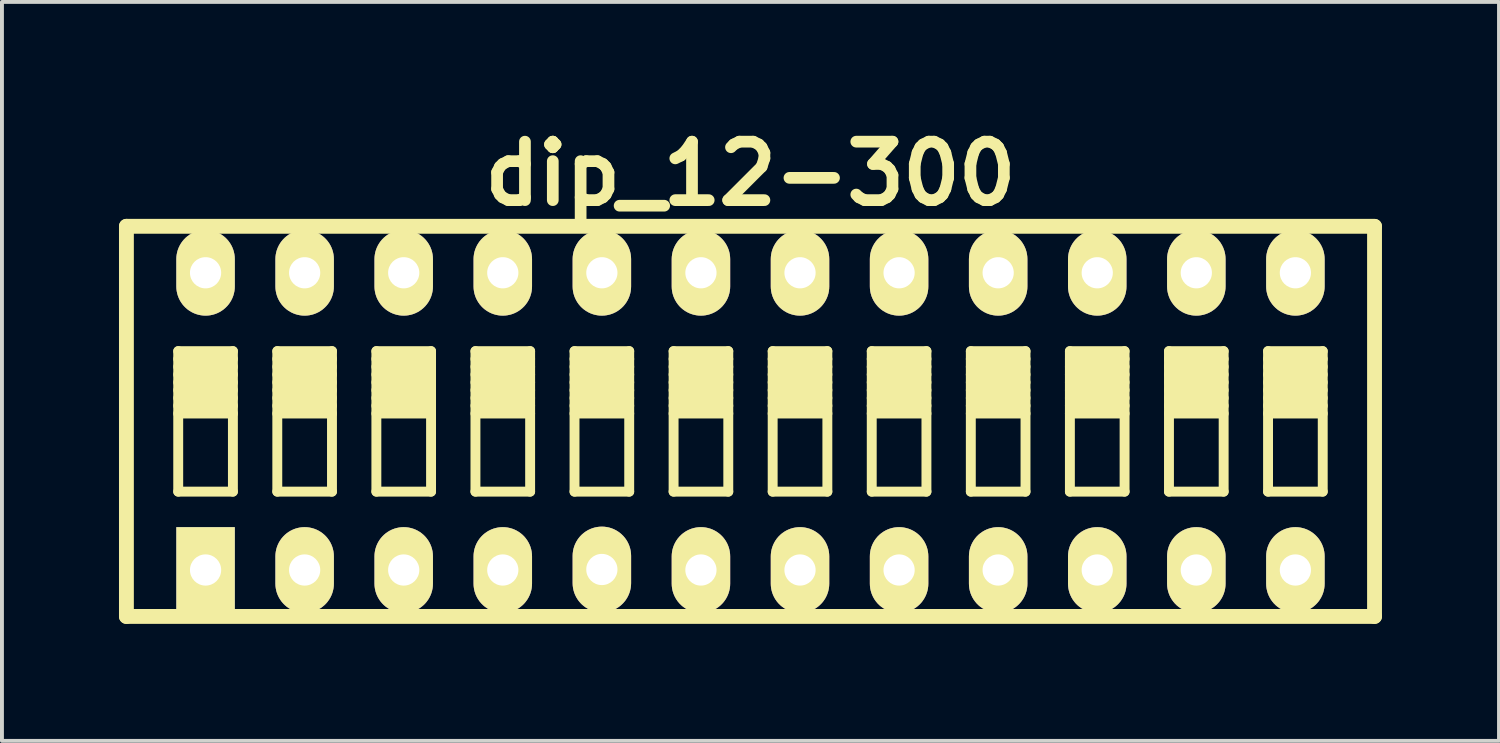
<source format=kicad_pcb>
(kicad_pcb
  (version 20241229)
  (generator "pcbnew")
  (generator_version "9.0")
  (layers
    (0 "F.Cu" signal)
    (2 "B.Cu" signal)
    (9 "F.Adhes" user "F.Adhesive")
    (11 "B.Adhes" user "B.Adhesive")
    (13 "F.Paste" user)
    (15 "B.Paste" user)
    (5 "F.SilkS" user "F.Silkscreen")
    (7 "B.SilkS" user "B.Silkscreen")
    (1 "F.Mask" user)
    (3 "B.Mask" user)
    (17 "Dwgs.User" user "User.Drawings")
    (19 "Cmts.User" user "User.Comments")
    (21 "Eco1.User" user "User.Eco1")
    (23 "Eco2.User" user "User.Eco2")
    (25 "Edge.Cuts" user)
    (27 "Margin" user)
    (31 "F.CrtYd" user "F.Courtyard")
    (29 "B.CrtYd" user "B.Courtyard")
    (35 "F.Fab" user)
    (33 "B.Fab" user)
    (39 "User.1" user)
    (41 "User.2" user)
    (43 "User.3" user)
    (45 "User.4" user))
  (footprint "dip_12-300"
    (layer "F.Cu")
    (at 16.19 7.753)
    (property "Reference" "dip_12-300" (at 0 -6.35 0) (layer "F.SilkS") (effects (font (size 1.499 1.499) (thickness 0.3))))
    (attr through_hole)
    (fp_line (start -15.999 -5.001) (end 15.999 -5.001) (stroke (width 0.381) (type solid)) (layer "F.SilkS"))
    (fp_line (start -15.999 5.001) (end -15.999 -5.001) (stroke (width 0.381) (type solid)) (layer "F.SilkS"))
    (fp_line (start -14.671 -1.801) (end -14.671 1.801) (stroke (width 0.254) (type solid)) (layer "F.SilkS"))
    (fp_line (start -14.671 -1.6) (end -13.269 -1.6) (stroke (width 0.254) (type solid)) (layer "F.SilkS"))
    (fp_line (start -14.671 -1.4) (end -13.269 -1.4) (stroke (width 0.254) (type solid)) (layer "F.SilkS"))
    (fp_line (start -14.671 -1.201) (end -13.269 -1.201) (stroke (width 0.254) (type solid)) (layer "F.SilkS"))
    (fp_line (start -14.671 -1.001) (end -13.269 -1.001) (stroke (width 0.254) (type solid)) (layer "F.SilkS"))
    (fp_line (start -14.671 -0.8) (end -13.269 -0.8) (stroke (width 0.254) (type solid)) (layer "F.SilkS"))
    (fp_line (start -14.671 -0.599) (end -13.269 -0.599) (stroke (width 0.254) (type solid)) (layer "F.SilkS"))
    (fp_line (start -14.671 -0.401) (end -13.269 -0.401) (stroke (width 0.254) (type solid)) (layer "F.SilkS"))
    (fp_line (start -14.671 -0.201) (end -13.269 -0.201) (stroke (width 0.254) (type solid)) (layer "F.SilkS"))
    (fp_line (start -14.671 1.801) (end -13.269 1.801) (stroke (width 0.254) (type solid)) (layer "F.SilkS"))
    (fp_line (start -13.269 -1.801) (end -14.671 -1.801) (stroke (width 0.254) (type solid)) (layer "F.SilkS"))
    (fp_line (start -13.269 1.801) (end -13.269 -1.801) (stroke (width 0.254) (type solid)) (layer "F.SilkS"))
    (fp_line (start -12.131 -1.801) (end -12.131 1.801) (stroke (width 0.254) (type solid)) (layer "F.SilkS"))
    (fp_line (start -12.131 -1.6) (end -10.729 -1.6) (stroke (width 0.254) (type solid)) (layer "F.SilkS"))
    (fp_line (start -12.131 -1.4) (end -10.729 -1.4) (stroke (width 0.254) (type solid)) (layer "F.SilkS"))
    (fp_line (start -12.131 -1.201) (end -10.729 -1.201) (stroke (width 0.254) (type solid)) (layer "F.SilkS"))
    (fp_line (start -12.131 -1.001) (end -10.729 -1.001) (stroke (width 0.254) (type solid)) (layer "F.SilkS"))
    (fp_line (start -12.131 -0.8) (end -10.729 -0.8) (stroke (width 0.254) (type solid)) (layer "F.SilkS"))
    (fp_line (start -12.131 -0.599) (end -10.729 -0.599) (stroke (width 0.254) (type solid)) (layer "F.SilkS"))
    (fp_line (start -12.131 -0.401) (end -10.729 -0.401) (stroke (width 0.254) (type solid)) (layer "F.SilkS"))
    (fp_line (start -12.131 -0.201) (end -10.729 -0.201) (stroke (width 0.254) (type solid)) (layer "F.SilkS"))
    (fp_line (start -12.131 1.801) (end -10.729 1.801) (stroke (width 0.254) (type solid)) (layer "F.SilkS"))
    (fp_line (start -10.729 -1.801) (end -12.131 -1.801) (stroke (width 0.254) (type solid)) (layer "F.SilkS"))
    (fp_line (start -10.729 1.801) (end -10.729 -1.801) (stroke (width 0.254) (type solid)) (layer "F.SilkS"))
    (fp_line (start -9.591 -1.801) (end -9.591 1.801) (stroke (width 0.254) (type solid)) (layer "F.SilkS"))
    (fp_line (start -9.591 -1.6) (end -8.189 -1.6) (stroke (width 0.254) (type solid)) (layer "F.SilkS"))
    (fp_line (start -9.591 -1.4) (end -8.189 -1.4) (stroke (width 0.254) (type solid)) (layer "F.SilkS"))
    (fp_line (start -9.591 -1.201) (end -8.189 -1.201) (stroke (width 0.254) (type solid)) (layer "F.SilkS"))
    (fp_line (start -9.591 -1.001) (end -8.189 -1.001) (stroke (width 0.254) (type solid)) (layer "F.SilkS"))
    (fp_line (start -9.591 -0.8) (end -8.189 -0.8) (stroke (width 0.254) (type solid)) (layer "F.SilkS"))
    (fp_line (start -9.591 -0.599) (end -8.189 -0.599) (stroke (width 0.254) (type solid)) (layer "F.SilkS"))
    (fp_line (start -9.591 -0.401) (end -8.189 -0.401) (stroke (width 0.254) (type solid)) (layer "F.SilkS"))
    (fp_line (start -9.591 -0.201) (end -8.189 -0.201) (stroke (width 0.254) (type solid)) (layer "F.SilkS"))
    (fp_line (start -9.591 1.801) (end -8.189 1.801) (stroke (width 0.254) (type solid)) (layer "F.SilkS"))
    (fp_line (start -8.189 -1.801) (end -9.591 -1.801) (stroke (width 0.254) (type solid)) (layer "F.SilkS"))
    (fp_line (start -8.189 1.801) (end -8.189 -1.801) (stroke (width 0.254) (type solid)) (layer "F.SilkS"))
    (fp_line (start -7.051 -1.801) (end -7.051 1.801) (stroke (width 0.254) (type solid)) (layer "F.SilkS"))
    (fp_line (start -7.051 -1.6) (end -5.649 -1.6) (stroke (width 0.254) (type solid)) (layer "F.SilkS"))
    (fp_line (start -7.051 -1.4) (end -5.649 -1.4) (stroke (width 0.254) (type solid)) (layer "F.SilkS"))
    (fp_line (start -7.051 -1.201) (end -5.649 -1.201) (stroke (width 0.254) (type solid)) (layer "F.SilkS"))
    (fp_line (start -7.051 -1.001) (end -5.649 -1.001) (stroke (width 0.254) (type solid)) (layer "F.SilkS"))
    (fp_line (start -7.051 -0.8) (end -5.649 -0.8) (stroke (width 0.254) (type solid)) (layer "F.SilkS"))
    (fp_line (start -7.051 -0.599) (end -5.649 -0.599) (stroke (width 0.254) (type solid)) (layer "F.SilkS"))
    (fp_line (start -7.051 -0.401) (end -5.649 -0.401) (stroke (width 0.254) (type solid)) (layer "F.SilkS"))
    (fp_line (start -7.051 -0.201) (end -5.649 -0.201) (stroke (width 0.254) (type solid)) (layer "F.SilkS"))
    (fp_line (start -7.051 1.801) (end -5.649 1.801) (stroke (width 0.254) (type solid)) (layer "F.SilkS"))
    (fp_line (start -5.649 -1.801) (end -7.051 -1.801) (stroke (width 0.254) (type solid)) (layer "F.SilkS"))
    (fp_line (start -5.649 1.801) (end -5.649 -1.801) (stroke (width 0.254) (type solid)) (layer "F.SilkS"))
    (fp_line (start -4.511 -1.801) (end -4.511 1.801) (stroke (width 0.254) (type solid)) (layer "F.SilkS"))
    (fp_line (start -4.511 -1.6) (end -3.109 -1.6) (stroke (width 0.254) (type solid)) (layer "F.SilkS"))
    (fp_line (start -4.511 -1.4) (end -3.109 -1.4) (stroke (width 0.254) (type solid)) (layer "F.SilkS"))
    (fp_line (start -4.511 -1.201) (end -3.109 -1.201) (stroke (width 0.254) (type solid)) (layer "F.SilkS"))
    (fp_line (start -4.511 -1.001) (end -3.109 -1.001) (stroke (width 0.254) (type solid)) (layer "F.SilkS"))
    (fp_line (start -4.511 -0.8) (end -3.109 -0.8) (stroke (width 0.254) (type solid)) (layer "F.SilkS"))
    (fp_line (start -4.511 -0.599) (end -3.109 -0.599) (stroke (width 0.254) (type solid)) (layer "F.SilkS"))
    (fp_line (start -4.511 -0.401) (end -3.109 -0.401) (stroke (width 0.254) (type solid)) (layer "F.SilkS"))
    (fp_line (start -4.511 -0.201) (end -3.109 -0.201) (stroke (width 0.254) (type solid)) (layer "F.SilkS"))
    (fp_line (start -4.511 1.801) (end -3.109 1.801) (stroke (width 0.254) (type solid)) (layer "F.SilkS"))
    (fp_line (start -3.109 -1.801) (end -4.511 -1.801) (stroke (width 0.254) (type solid)) (layer "F.SilkS"))
    (fp_line (start -3.109 1.801) (end -3.109 -1.801) (stroke (width 0.254) (type solid)) (layer "F.SilkS"))
    (fp_line (start -1.971 -1.801) (end -1.971 1.801) (stroke (width 0.254) (type solid)) (layer "F.SilkS"))
    (fp_line (start -1.971 -1.6) (end -0.569 -1.6) (stroke (width 0.254) (type solid)) (layer "F.SilkS"))
    (fp_line (start -1.971 -1.4) (end -0.569 -1.4) (stroke (width 0.254) (type solid)) (layer "F.SilkS"))
    (fp_line (start -1.971 -1.201) (end -0.569 -1.201) (stroke (width 0.254) (type solid)) (layer "F.SilkS"))
    (fp_line (start -1.971 -1.001) (end -0.569 -1.001) (stroke (width 0.254) (type solid)) (layer "F.SilkS"))
    (fp_line (start -1.971 -0.8) (end -0.569 -0.8) (stroke (width 0.254) (type solid)) (layer "F.SilkS"))
    (fp_line (start -1.971 -0.599) (end -0.569 -0.599) (stroke (width 0.254) (type solid)) (layer "F.SilkS"))
    (fp_line (start -1.971 -0.401) (end -0.569 -0.401) (stroke (width 0.254) (type solid)) (layer "F.SilkS"))
    (fp_line (start -1.971 -0.201) (end -0.569 -0.201) (stroke (width 0.254) (type solid)) (layer "F.SilkS"))
    (fp_line (start -1.971 1.801) (end -0.569 1.801) (stroke (width 0.254) (type solid)) (layer "F.SilkS"))
    (fp_line (start -0.569 -1.801) (end -1.971 -1.801) (stroke (width 0.254) (type solid)) (layer "F.SilkS"))
    (fp_line (start -0.569 1.801) (end -0.569 -1.801) (stroke (width 0.254) (type solid)) (layer "F.SilkS"))
    (fp_line (start 0.569 -1.801) (end 0.569 1.801) (stroke (width 0.254) (type solid)) (layer "F.SilkS"))
    (fp_line (start 0.569 -1.6) (end 1.971 -1.6) (stroke (width 0.254) (type solid)) (layer "F.SilkS"))
    (fp_line (start 0.569 -1.4) (end 1.971 -1.4) (stroke (width 0.254) (type solid)) (layer "F.SilkS"))
    (fp_line (start 0.569 -1.201) (end 1.971 -1.201) (stroke (width 0.254) (type solid)) (layer "F.SilkS"))
    (fp_line (start 0.569 -1.001) (end 1.971 -1.001) (stroke (width 0.254) (type solid)) (layer "F.SilkS"))
    (fp_line (start 0.569 -0.8) (end 1.971 -0.8) (stroke (width 0.254) (type solid)) (layer "F.SilkS"))
    (fp_line (start 0.569 -0.599) (end 1.971 -0.599) (stroke (width 0.254) (type solid)) (layer "F.SilkS"))
    (fp_line (start 0.569 -0.401) (end 1.971 -0.401) (stroke (width 0.254) (type solid)) (layer "F.SilkS"))
    (fp_line (start 0.569 -0.201) (end 1.971 -0.201) (stroke (width 0.254) (type solid)) (layer "F.SilkS"))
    (fp_line (start 0.569 1.801) (end 1.971 1.801) (stroke (width 0.254) (type solid)) (layer "F.SilkS"))
    (fp_line (start 1.971 -1.801) (end 0.569 -1.801) (stroke (width 0.254) (type solid)) (layer "F.SilkS"))
    (fp_line (start 1.971 1.801) (end 1.971 -1.801) (stroke (width 0.254) (type solid)) (layer "F.SilkS"))
    (fp_line (start 3.109 -1.801) (end 3.109 1.801) (stroke (width 0.254) (type solid)) (layer "F.SilkS"))
    (fp_line (start 3.109 -1.6) (end 4.511 -1.6) (stroke (width 0.254) (type solid)) (layer "F.SilkS"))
    (fp_line (start 3.109 -1.4) (end 4.511 -1.4) (stroke (width 0.254) (type solid)) (layer "F.SilkS"))
    (fp_line (start 3.109 -1.201) (end 4.511 -1.201) (stroke (width 0.254) (type solid)) (layer "F.SilkS"))
    (fp_line (start 3.109 -1.001) (end 4.511 -1.001) (stroke (width 0.254) (type solid)) (layer "F.SilkS"))
    (fp_line (start 3.109 -0.8) (end 4.511 -0.8) (stroke (width 0.254) (type solid)) (layer "F.SilkS"))
    (fp_line (start 3.109 -0.599) (end 4.511 -0.599) (stroke (width 0.254) (type solid)) (layer "F.SilkS"))
    (fp_line (start 3.109 -0.401) (end 4.511 -0.401) (stroke (width 0.254) (type solid)) (layer "F.SilkS"))
    (fp_line (start 3.109 -0.201) (end 4.511 -0.201) (stroke (width 0.254) (type solid)) (layer "F.SilkS"))
    (fp_line (start 3.109 1.801) (end 4.511 1.801) (stroke (width 0.254) (type solid)) (layer "F.SilkS"))
    (fp_line (start 4.511 -1.801) (end 3.109 -1.801) (stroke (width 0.254) (type solid)) (layer "F.SilkS"))
    (fp_line (start 4.511 1.801) (end 4.511 -1.801) (stroke (width 0.254) (type solid)) (layer "F.SilkS"))
    (fp_line (start 5.649 -1.801) (end 5.649 1.801) (stroke (width 0.254) (type solid)) (layer "F.SilkS"))
    (fp_line (start 5.649 -1.6) (end 7.051 -1.6) (stroke (width 0.254) (type solid)) (layer "F.SilkS"))
    (fp_line (start 5.649 -1.4) (end 7.051 -1.4) (stroke (width 0.254) (type solid)) (layer "F.SilkS"))
    (fp_line (start 5.649 -1.201) (end 7.051 -1.201) (stroke (width 0.254) (type solid)) (layer "F.SilkS"))
    (fp_line (start 5.649 -1.001) (end 7.051 -1.001) (stroke (width 0.254) (type solid)) (layer "F.SilkS"))
    (fp_line (start 5.649 -0.8) (end 7.051 -0.8) (stroke (width 0.254) (type solid)) (layer "F.SilkS"))
    (fp_line (start 5.649 -0.599) (end 7.051 -0.599) (stroke (width 0.254) (type solid)) (layer "F.SilkS"))
    (fp_line (start 5.649 -0.401) (end 7.051 -0.401) (stroke (width 0.254) (type solid)) (layer "F.SilkS"))
    (fp_line (start 5.649 -0.201) (end 7.051 -0.201) (stroke (width 0.254) (type solid)) (layer "F.SilkS"))
    (fp_line (start 5.649 1.801) (end 7.051 1.801) (stroke (width 0.254) (type solid)) (layer "F.SilkS"))
    (fp_line (start 7.051 -1.801) (end 5.649 -1.801) (stroke (width 0.254) (type solid)) (layer "F.SilkS"))
    (fp_line (start 7.051 1.801) (end 7.051 -1.801) (stroke (width 0.254) (type solid)) (layer "F.SilkS"))
    (fp_line (start 8.189 -1.801) (end 8.189 1.801) (stroke (width 0.254) (type solid)) (layer "F.SilkS"))
    (fp_line (start 8.189 -1.6) (end 9.591 -1.6) (stroke (width 0.254) (type solid)) (layer "F.SilkS"))
    (fp_line (start 8.189 -1.4) (end 9.591 -1.4) (stroke (width 0.254) (type solid)) (layer "F.SilkS"))
    (fp_line (start 8.189 -1.201) (end 9.591 -1.201) (stroke (width 0.254) (type solid)) (layer "F.SilkS"))
    (fp_line (start 8.189 -1.001) (end 9.591 -1.001) (stroke (width 0.254) (type solid)) (layer "F.SilkS"))
    (fp_line (start 8.189 -0.8) (end 9.591 -0.8) (stroke (width 0.254) (type solid)) (layer "F.SilkS"))
    (fp_line (start 8.189 -0.599) (end 9.591 -0.599) (stroke (width 0.254) (type solid)) (layer "F.SilkS"))
    (fp_line (start 8.189 -0.401) (end 9.591 -0.401) (stroke (width 0.254) (type solid)) (layer "F.SilkS"))
    (fp_line (start 8.189 -0.201) (end 9.591 -0.201) (stroke (width 0.254) (type solid)) (layer "F.SilkS"))
    (fp_line (start 8.189 1.801) (end 9.591 1.801) (stroke (width 0.254) (type solid)) (layer "F.SilkS"))
    (fp_line (start 9.591 -1.801) (end 8.189 -1.801) (stroke (width 0.254) (type solid)) (layer "F.SilkS"))
    (fp_line (start 9.591 1.801) (end 9.591 -1.801) (stroke (width 0.254) (type solid)) (layer "F.SilkS"))
    (fp_line (start 10.729 -1.801) (end 10.729 1.801) (stroke (width 0.254) (type solid)) (layer "F.SilkS"))
    (fp_line (start 10.729 -1.6) (end 12.131 -1.6) (stroke (width 0.254) (type solid)) (layer "F.SilkS"))
    (fp_line (start 10.729 -1.4) (end 12.131 -1.4) (stroke (width 0.254) (type solid)) (layer "F.SilkS"))
    (fp_line (start 10.729 -1.201) (end 12.131 -1.201) (stroke (width 0.254) (type solid)) (layer "F.SilkS"))
    (fp_line (start 10.729 -1.001) (end 12.131 -1.001) (stroke (width 0.254) (type solid)) (layer "F.SilkS"))
    (fp_line (start 10.729 -0.8) (end 12.131 -0.8) (stroke (width 0.254) (type solid)) (layer "F.SilkS"))
    (fp_line (start 10.729 -0.599) (end 12.131 -0.599) (stroke (width 0.254) (type solid)) (layer "F.SilkS"))
    (fp_line (start 10.729 -0.401) (end 12.131 -0.401) (stroke (width 0.254) (type solid)) (layer "F.SilkS"))
    (fp_line (start 10.729 -0.201) (end 12.131 -0.201) (stroke (width 0.254) (type solid)) (layer "F.SilkS"))
    (fp_line (start 10.729 1.801) (end 12.131 1.801) (stroke (width 0.254) (type solid)) (layer "F.SilkS"))
    (fp_line (start 12.131 -1.801) (end 10.729 -1.801) (stroke (width 0.254) (type solid)) (layer "F.SilkS"))
    (fp_line (start 12.131 1.801) (end 12.131 -1.801) (stroke (width 0.254) (type solid)) (layer "F.SilkS"))
    (fp_line (start 13.269 -1.801) (end 13.269 1.801) (stroke (width 0.254) (type solid)) (layer "F.SilkS"))
    (fp_line (start 13.269 -1.6) (end 14.671 -1.6) (stroke (width 0.254) (type solid)) (layer "F.SilkS"))
    (fp_line (start 13.269 -1.4) (end 14.671 -1.4) (stroke (width 0.254) (type solid)) (layer "F.SilkS"))
    (fp_line (start 13.269 -1.201) (end 14.671 -1.201) (stroke (width 0.254) (type solid)) (layer "F.SilkS"))
    (fp_line (start 13.269 -1.001) (end 14.671 -1.001) (stroke (width 0.254) (type solid)) (layer "F.SilkS"))
    (fp_line (start 13.269 -0.8) (end 14.671 -0.8) (stroke (width 0.254) (type solid)) (layer "F.SilkS"))
    (fp_line (start 13.269 -0.599) (end 14.671 -0.599) (stroke (width 0.254) (type solid)) (layer "F.SilkS"))
    (fp_line (start 13.269 -0.401) (end 14.671 -0.401) (stroke (width 0.254) (type solid)) (layer "F.SilkS"))
    (fp_line (start 13.269 -0.201) (end 14.671 -0.201) (stroke (width 0.254) (type solid)) (layer "F.SilkS"))
    (fp_line (start 13.269 1.801) (end 14.671 1.801) (stroke (width 0.254) (type solid)) (layer "F.SilkS"))
    (fp_line (start 14.671 -1.801) (end 13.269 -1.801) (stroke (width 0.254) (type solid)) (layer "F.SilkS"))
    (fp_line (start 14.671 1.801) (end 14.671 -1.801) (stroke (width 0.254) (type solid)) (layer "F.SilkS"))
    (fp_line (start 15.999 -4.999) (end 15.999 5.001) (stroke (width 0.381) (type solid)) (layer "F.SilkS"))
    (fp_line (start 15.999 5.001) (end -15.999 5.001) (stroke (width 0.381) (type solid)) (layer "F.SilkS"))
    (pad "1" thru_hole rect (at -13.97 3.81) (size 1.499 2.197) (drill 0.8) (layers "*.Cu" "*.Mask" "F.SilkS"))
    (pad "2" thru_hole oval (at -11.43 3.81) (size 1.499 2.197) (drill 0.8) (layers "*.Cu" "*.Mask" "F.SilkS"))
    (pad "3" thru_hole oval (at -8.89 3.81) (size 1.499 2.197) (drill 0.8) (layers "*.Cu" "*.Mask" "F.SilkS"))
    (pad "4" thru_hole oval (at -6.35 3.81) (size 1.499 2.197) (drill 0.8) (layers "*.Cu" "*.Mask" "F.SilkS"))
    (pad "5" thru_hole oval (at -3.81 3.797) (size 1.499 2.197) (drill 0.8) (layers "*.Cu" "*.Mask" "F.SilkS"))
    (pad "6" thru_hole oval (at -1.27 3.81) (size 1.499 2.197) (drill 0.8) (layers "*.Cu" "*.Mask" "F.SilkS"))
    (pad "7" thru_hole oval (at 1.27 3.81) (size 1.499 2.197) (drill 0.8) (layers "*.Cu" "*.Mask" "F.SilkS"))
    (pad "8" thru_hole oval (at 3.81 3.81) (size 1.499 2.197) (drill 0.8) (layers "*.Cu" "*.Mask" "F.SilkS"))
    (pad "9" thru_hole oval (at 6.35 3.81) (size 1.499 2.197) (drill 0.8) (layers "*.Cu" "*.Mask" "F.SilkS"))
    (pad "10" thru_hole oval (at 8.89 3.81) (size 1.499 2.197) (drill 0.8) (layers "*.Cu" "*.Mask" "F.SilkS"))
    (pad "11" thru_hole oval (at 11.43 3.81) (size 1.499 2.197) (drill 0.8) (layers "*.Cu" "*.Mask" "F.SilkS"))
    (pad "12" thru_hole oval (at 13.97 3.81) (size 1.499 2.197) (drill 0.8) (layers "*.Cu" "*.Mask" "F.SilkS"))
    (pad "13" thru_hole oval (at 13.97 -3.81) (size 1.499 2.197) (drill 0.8) (layers "*.Cu" "*.Mask" "F.SilkS"))
    (pad "14" thru_hole oval (at 11.43 -3.81) (size 1.499 2.197) (drill 0.8) (layers "*.Cu" "*.Mask" "F.SilkS"))
    (pad "15" thru_hole oval (at 8.89 -3.81) (size 1.499 2.197) (drill 0.8) (layers "*.Cu" "*.Mask" "F.SilkS"))
    (pad "16" thru_hole oval (at 6.35 -3.81) (size 1.499 2.197) (drill 0.8) (layers "*.Cu" "*.Mask" "F.SilkS"))
    (pad "17" thru_hole oval (at 3.81 -3.81) (size 1.499 2.197) (drill 0.8) (layers "*.Cu" "*.Mask" "F.SilkS"))
    (pad "18" thru_hole oval (at 1.27 -3.81) (size 1.499 2.197) (drill 0.8) (layers "*.Cu" "*.Mask" "F.SilkS"))
    (pad "19" thru_hole oval (at -1.27 -3.81) (size 1.499 2.197) (drill 0.8) (layers "*.Cu" "*.Mask" "F.SilkS"))
    (pad "20" thru_hole oval (at -3.81 -3.81) (size 1.499 2.197) (drill 0.8) (layers "*.Cu" "*.Mask" "F.SilkS"))
    (pad "21" thru_hole oval (at -6.35 -3.81) (size 1.499 2.197) (drill 0.8) (layers "*.Cu" "*.Mask" "F.SilkS"))
    (pad "22" thru_hole oval (at -8.89 -3.81) (size 1.499 2.197) (drill 0.8) (layers "*.Cu" "*.Mask" "F.SilkS"))
    (pad "23" thru_hole oval (at -11.43 -3.81) (size 1.499 2.197) (drill 0.8) (layers "*.Cu" "*.Mask" "F.SilkS"))
    (pad "24" thru_hole oval (at -13.97 -3.81) (size 1.499 2.197) (drill 0.8) (layers "*.Cu" "*.Mask" "F.SilkS")))
  (gr_rect
    (start -3 -3)
    (end 35.38 15.944)
    (stroke (width 0.1) (type default))
    (fill no)
    (layer "Edge.Cuts")))
</source>
